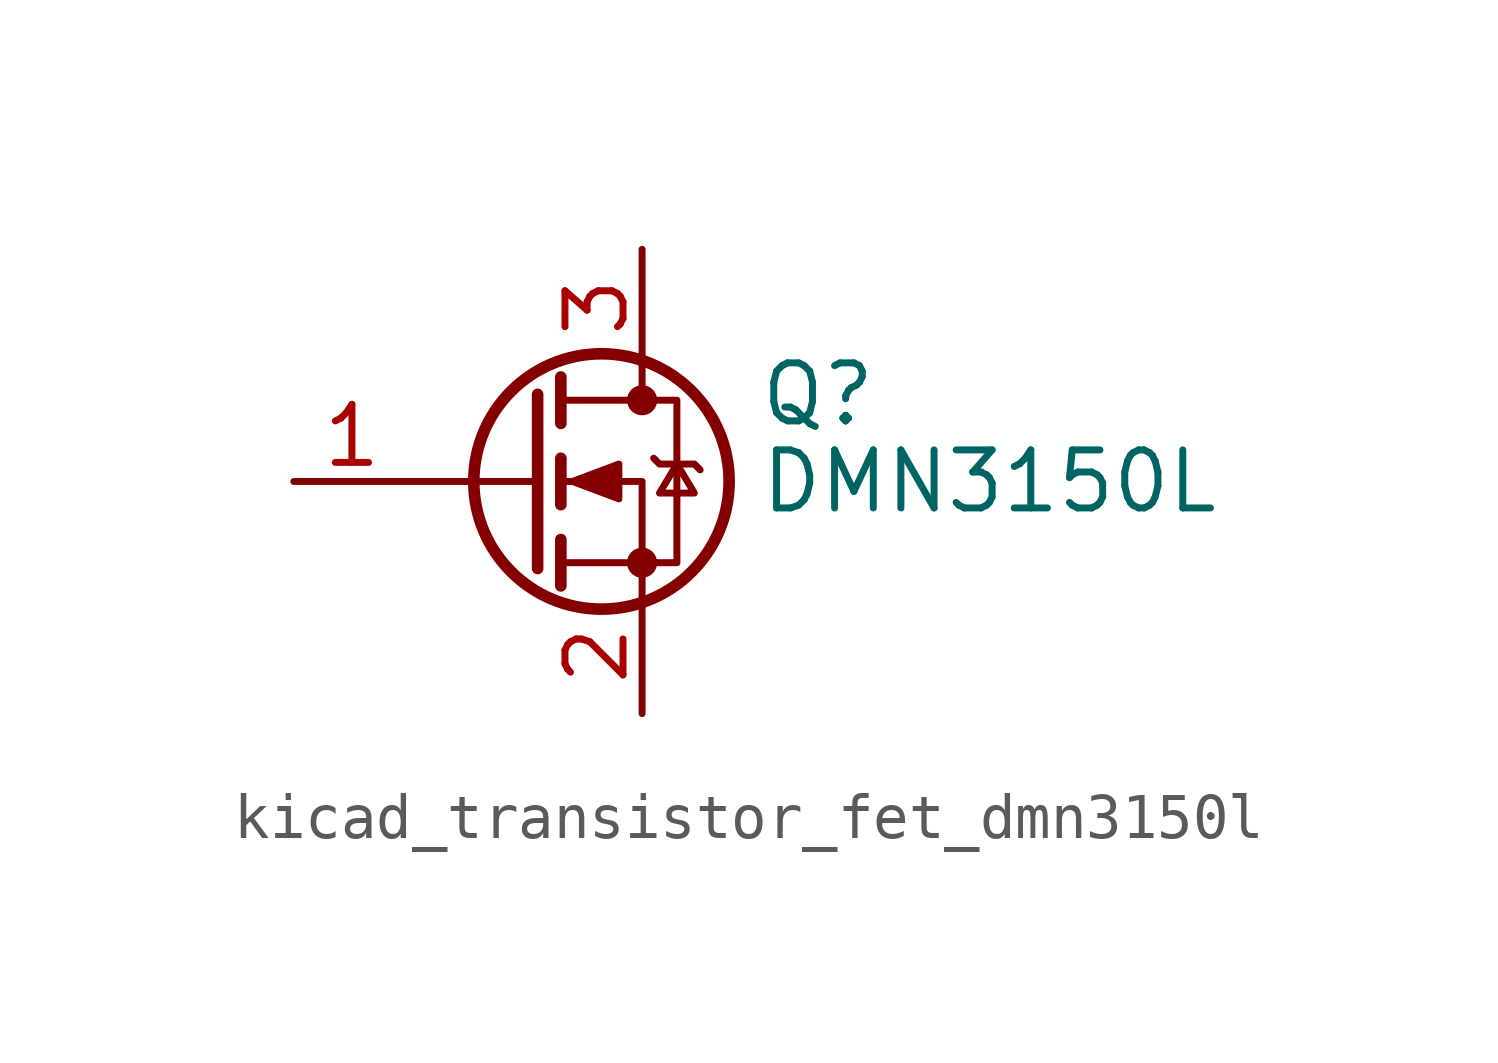
<source format=kicad_sym>
(kicad_symbol_lib
  (version 20220914)
  (generator kicad_symbol_editor)
  (symbol "kicad_transistor_fet_dmn3150l"
    (pin_names hide)
    (property "Reference" "Q"
      (at 5.08 1.905 0)
      (effects (font (size 1.27 1.27)) (justify left)))
    (property "Value" "DMN3150L"
      (at 5.08 0 0)
      (effects (font (size 1.27 1.27)) (justify left)))
    (symbol "kicad_transistor_fet_dmn3150l_0_1"
      (polyline (pts (xy 0.254 0) (xy -2.54 0)) (stroke (width 0) (type default)) (fill (type none)))
      (polyline (pts (xy 0.254 1.905) (xy 0.254 -1.905)) (stroke (width 0.254) (type default)) (fill (type none)))
      (polyline (pts (xy 0.762 -1.27) (xy 0.762 -2.286)) (stroke (width 0.254) (type default)) (fill (type none)))
      (polyline (pts (xy 0.762 0.508) (xy 0.762 -0.508)) (stroke (width 0.254) (type default)) (fill (type none)))
      (polyline (pts (xy 0.762 2.286) (xy 0.762 1.27)) (stroke (width 0.254) (type default)) (fill (type none)))
      (polyline (pts (xy 2.54 2.54) (xy 2.54 1.778)) (stroke (width 0) (type default)) (fill (type none)))
      (polyline (pts (xy 2.54 -2.54) (xy 2.54 0) (xy 0.762 0)) (stroke (width 0) (type default)) (fill (type none)))
      (polyline (pts (xy 0.762 -1.778) (xy 3.302 -1.778) (xy 3.302 1.778) (xy 0.762 1.778)) (stroke (width 0) (type default)) (fill (type none)))
      (polyline (pts (xy 1.016 0) (xy 2.032 0.381) (xy 2.032 -0.381) (xy 1.016 0)) (stroke (width 0) (type default)) (fill (type outline)))
      (polyline (pts (xy 2.794 0.508) (xy 2.921 0.381) (xy 3.683 0.381) (xy 3.81 0.254)) (stroke (width 0) (type default)) (fill (type none)))
      (polyline (pts (xy 3.302 0.381) (xy 2.921 -0.254) (xy 3.683 -0.254) (xy 3.302 0.381)) (stroke (width 0) (type default)) (fill (type none)))
      (circle (center 1.651 0) (radius 2.794) (stroke (width 0.254) (type default)) (fill (type none)))
      (circle (center 2.54 -1.778) (radius 0.254) (stroke (width 0) (type default)) (fill (type outline)))
      (circle (center 2.54 1.778) (radius 0.254) (stroke (width 0) (type default)) (fill (type outline))))
    (symbol "kicad_transistor_fet_dmn3150l_1_1"
      (pin input line (at -5.08 0 0) (length 2.54) (name "G" (effects (font (size 1.27 1.27)))) (number "1" (effects (font (size 1.27 1.27)))))
      (pin passive line (at 2.54 -5.08 90) (length 2.54) (name "S" (effects (font (size 1.27 1.27)))) (number "2" (effects (font (size 1.27 1.27)))))
      (pin passive line (at 2.54 5.08 270) (length 2.54) (name "D" (effects (font (size 1.27 1.27)))) (number "3" (effects (font (size 1.27 1.27))))))))
</source>
